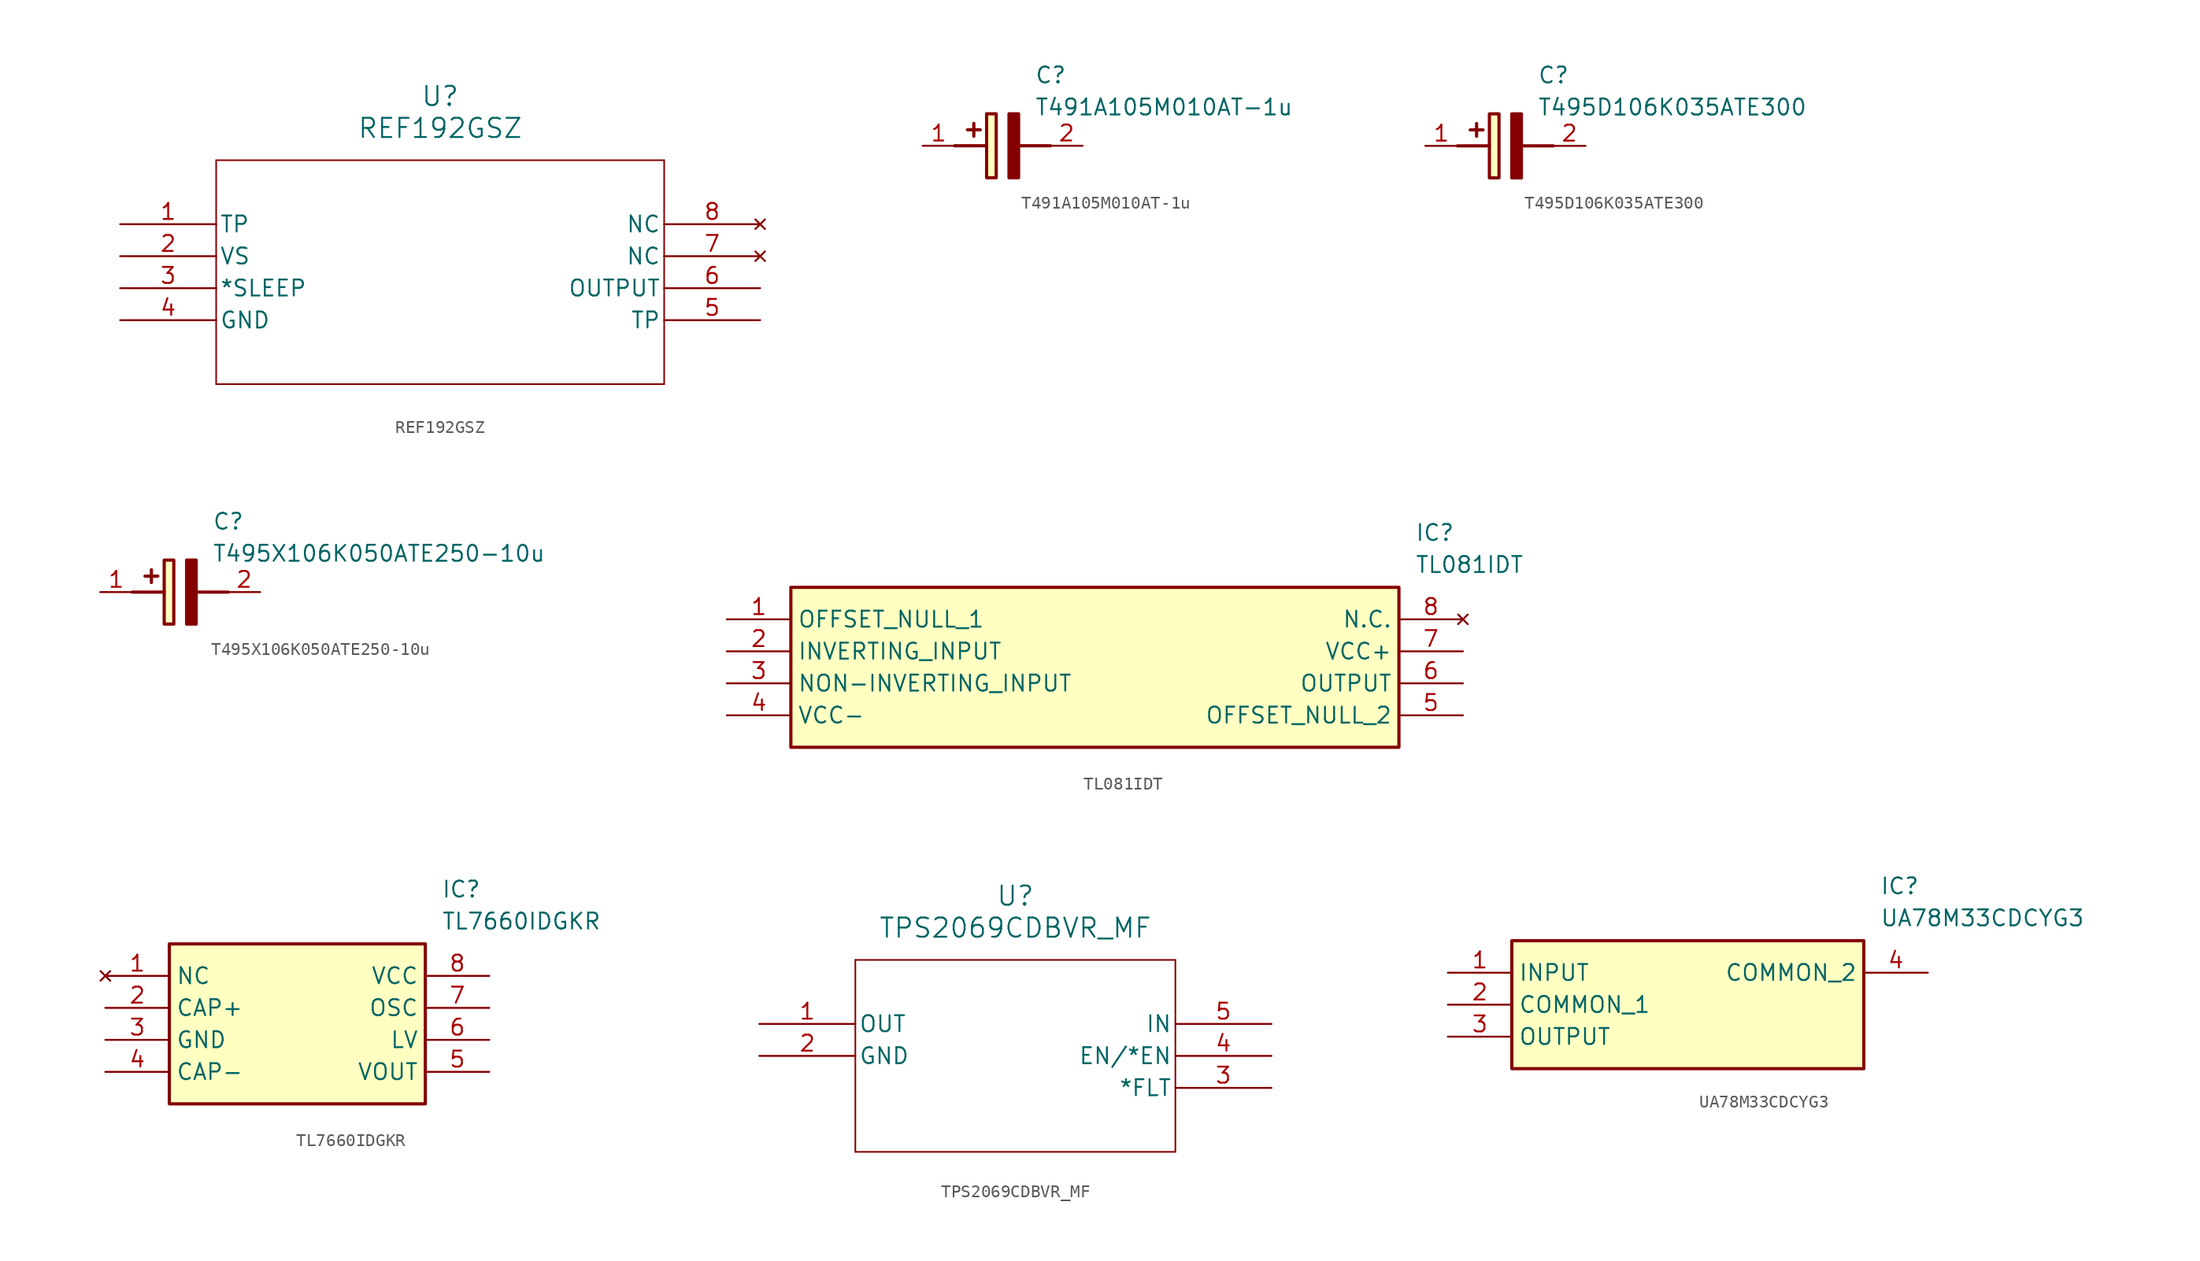
<source format=kicad_sym>
(kicad_symbol_lib
  (version 20231120)
  (generator "kicad_symbol_editor")
  (generator_version "8.0")
  (symbol "REF192GSZ"
    (pin_names
      (offset 0.254))
    (property "Reference" "U"
      (at 25.4 10.16 0)
      (effects (font (size 1.524 1.524))))
    (property "Value" "REF192GSZ"
      (at 25.4 7.62 0)
      (effects (font (size 1.524 1.524))))
    (property "ki_locked" ""
      (at 0 0 0)
      (effects (font (size 1.27 1.27))))
    (symbol "REF192GSZ_0_1"
      (polyline (pts (xy 7.62 -12.7) (xy 43.18 -12.7)) (stroke (width 0.127) (type default)) (fill (type none)))
      (polyline (pts (xy 7.62 5.08) (xy 7.62 -12.7)) (stroke (width 0.127) (type default)) (fill (type none)))
      (polyline (pts (xy 43.18 -12.7) (xy 43.18 5.08)) (stroke (width 0.127) (type default)) (fill (type none)))
      (polyline (pts (xy 43.18 5.08) (xy 7.62 5.08)) (stroke (width 0.127) (type default)) (fill (type none)))
      (pin unspecified line (at 0 0 0) (length 7.62) (name "TP" (effects (font (size 1.27 1.27)))) (number "1" (effects (font (size 1.27 1.27)))))
      (pin power_in line (at 0 -2.54 0) (length 7.62) (name "VS" (effects (font (size 1.27 1.27)))) (number "2" (effects (font (size 1.27 1.27)))))
      (pin unspecified line (at 0 -5.08 0) (length 7.62) (name "*SLEEP" (effects (font (size 1.27 1.27)))) (number "3" (effects (font (size 1.27 1.27)))))
      (pin power_in line (at 0 -7.62 0) (length 7.62) (name "GND" (effects (font (size 1.27 1.27)))) (number "4" (effects (font (size 1.27 1.27)))))
      (pin unspecified line (at 50.8 -7.62 180) (length 7.62) (name "TP" (effects (font (size 1.27 1.27)))) (number "5" (effects (font (size 1.27 1.27)))))
      (pin output line (at 50.8 -5.08 180) (length 7.62) (name "OUTPUT" (effects (font (size 1.27 1.27)))) (number "6" (effects (font (size 1.27 1.27)))))
      (pin no_connect line (at 50.8 -2.54 180) (length 7.62) (name "NC" (effects (font (size 1.27 1.27)))) (number "7" (effects (font (size 1.27 1.27)))))
      (pin no_connect line (at 50.8 0 180) (length 7.62) (name "NC" (effects (font (size 1.27 1.27)))) (number "8" (effects (font (size 1.27 1.27)))))))
  (symbol "T491A105M010AT-1u"
    (pin_names hide)
    (property "Reference" "C"
      (at 8.89 6.35 0)
      (effects (font (size 1.27 1.27)) (justify left top)))
    (property "Value" "T491A105M010AT-1u"
      (at 8.89 3.81 0)
      (effects (font (size 1.27 1.27)) (justify left top)))
    (symbol "T491A105M010AT-1u_1_1"
      (polyline (pts (xy 2.54 0) (xy 5.08 0)) (stroke (width 0.254) (type default)) (fill (type none)))
      (polyline (pts (xy 4.064 1.778) (xy 4.064 0.762)) (stroke (width 0.254) (type default)) (fill (type none)))
      (polyline (pts (xy 4.572 1.27) (xy 3.556 1.27)) (stroke (width 0.254) (type default)) (fill (type none)))
      (polyline (pts (xy 7.62 0) (xy 10.16 0)) (stroke (width 0.254) (type default)) (fill (type none)))
      (polyline (pts (xy 7.62 2.54) (xy 7.62 -2.54) (xy 6.858 -2.54) (xy 6.858 2.54) (xy 7.62 2.54)) (stroke (width 0.254) (type default)) (fill (type outline)))
      (rectangle (start 5.08 2.54) (end 5.842 -2.54) (stroke (width 0.254) (type default)) (fill (type background)))
      (pin passive line (at 0 0 0) (length 2.54) (name "+" (effects (font (size 1.27 1.27)))) (number "1" (effects (font (size 1.27 1.27)))))
      (pin passive line (at 12.7 0 180) (length 2.54) (name "-" (effects (font (size 1.27 1.27)))) (number "2" (effects (font (size 1.27 1.27)))))))
  (symbol "T495D106K035ATE300"
    (pin_names hide)
    (property "Reference" "C"
      (at 8.89 6.35 0)
      (effects (font (size 1.27 1.27)) (justify left top)))
    (property "Value" "T495D106K035ATE300"
      (at 8.89 3.81 0)
      (effects (font (size 1.27 1.27)) (justify left top)))
    (symbol "T495D106K035ATE300_1_1"
      (polyline (pts (xy 2.54 0) (xy 5.08 0)) (stroke (width 0.254) (type default)) (fill (type none)))
      (polyline (pts (xy 4.064 1.778) (xy 4.064 0.762)) (stroke (width 0.254) (type default)) (fill (type none)))
      (polyline (pts (xy 4.572 1.27) (xy 3.556 1.27)) (stroke (width 0.254) (type default)) (fill (type none)))
      (polyline (pts (xy 7.62 0) (xy 10.16 0)) (stroke (width 0.254) (type default)) (fill (type none)))
      (polyline (pts (xy 7.62 2.54) (xy 7.62 -2.54) (xy 6.858 -2.54) (xy 6.858 2.54) (xy 7.62 2.54)) (stroke (width 0.254) (type default)) (fill (type outline)))
      (rectangle (start 5.08 2.54) (end 5.842 -2.54) (stroke (width 0.254) (type default)) (fill (type background)))
      (pin passive line (at 0 0 0) (length 2.54) (name "+" (effects (font (size 1.27 1.27)))) (number "1" (effects (font (size 1.27 1.27)))))
      (pin passive line (at 12.7 0 180) (length 2.54) (name "-" (effects (font (size 1.27 1.27)))) (number "2" (effects (font (size 1.27 1.27)))))))
  (symbol "T495X106K050ATE250-10u"
    (pin_names hide)
    (property "Reference" "C"
      (at 8.89 6.35 0)
      (effects (font (size 1.27 1.27)) (justify left top)))
    (property "Value" "T495X106K050ATE250-10u"
      (at 8.89 3.81 0)
      (effects (font (size 1.27 1.27)) (justify left top)))
    (symbol "T495X106K050ATE250-10u_1_1"
      (polyline (pts (xy 2.54 0) (xy 5.08 0)) (stroke (width 0.254) (type default)) (fill (type none)))
      (polyline (pts (xy 4.064 1.778) (xy 4.064 0.762)) (stroke (width 0.254) (type default)) (fill (type none)))
      (polyline (pts (xy 4.572 1.27) (xy 3.556 1.27)) (stroke (width 0.254) (type default)) (fill (type none)))
      (polyline (pts (xy 7.62 0) (xy 10.16 0)) (stroke (width 0.254) (type default)) (fill (type none)))
      (polyline (pts (xy 7.62 2.54) (xy 7.62 -2.54) (xy 6.858 -2.54) (xy 6.858 2.54) (xy 7.62 2.54)) (stroke (width 0.254) (type default)) (fill (type outline)))
      (rectangle (start 5.08 2.54) (end 5.842 -2.54) (stroke (width 0.254) (type default)) (fill (type background)))
      (pin passive line (at 0 0 0) (length 2.54) (name "+" (effects (font (size 1.27 1.27)))) (number "1" (effects (font (size 1.27 1.27)))))
      (pin passive line (at 12.7 0 180) (length 2.54) (name "-" (effects (font (size 1.27 1.27)))) (number "2" (effects (font (size 1.27 1.27)))))))
  (symbol "TL081IDT"
    (property "Reference" "IC"
      (at 54.61 7.62 0)
      (effects (font (size 1.27 1.27)) (justify left top)))
    (property "Value" "TL081IDT"
      (at 54.61 5.08 0)
      (effects (font (size 1.27 1.27)) (justify left top)))
    (symbol "TL081IDT_1_1"
      (rectangle (start 5.08 2.54) (end 53.34 -10.16) (stroke (width 0.254) (type default)) (fill (type background)))
      (pin passive line (at 0 0 0) (length 5.08) (name "OFFSET_NULL_1" (effects (font (size 1.27 1.27)))) (number "1" (effects (font (size 1.27 1.27)))))
      (pin passive line (at 0 -2.54 0) (length 5.08) (name "INVERTING_INPUT" (effects (font (size 1.27 1.27)))) (number "2" (effects (font (size 1.27 1.27)))))
      (pin passive line (at 0 -5.08 0) (length 5.08) (name "NON-INVERTING_INPUT" (effects (font (size 1.27 1.27)))) (number "3" (effects (font (size 1.27 1.27)))))
      (pin passive line (at 0 -7.62 0) (length 5.08) (name "VCC-" (effects (font (size 1.27 1.27)))) (number "4" (effects (font (size 1.27 1.27)))))
      (pin passive line (at 58.42 -7.62 180) (length 5.08) (name "OFFSET_NULL_2" (effects (font (size 1.27 1.27)))) (number "5" (effects (font (size 1.27 1.27)))))
      (pin passive line (at 58.42 -5.08 180) (length 5.08) (name "OUTPUT" (effects (font (size 1.27 1.27)))) (number "6" (effects (font (size 1.27 1.27)))))
      (pin passive line (at 58.42 -2.54 180) (length 5.08) (name "VCC+" (effects (font (size 1.27 1.27)))) (number "7" (effects (font (size 1.27 1.27)))))
      (pin no_connect line (at 58.42 0 180) (length 5.08) (name "N.C." (effects (font (size 1.27 1.27)))) (number "8" (effects (font (size 1.27 1.27)))))))
  (symbol "TL7660IDGKR"
    (property "Reference" "IC"
      (at 26.67 7.62 0)
      (effects (font (size 1.27 1.27)) (justify left top)))
    (property "Value" "TL7660IDGKR"
      (at 26.67 5.08 0)
      (effects (font (size 1.27 1.27)) (justify left top)))
    (symbol "TL7660IDGKR_1_1"
      (rectangle (start 5.08 2.54) (end 25.4 -10.16) (stroke (width 0.254) (type default)) (fill (type background)))
      (pin no_connect line (at 0 0 0) (length 5.08) (name "NC" (effects (font (size 1.27 1.27)))) (number "1" (effects (font (size 1.27 1.27)))))
      (pin passive line (at 0 -2.54 0) (length 5.08) (name "CAP+" (effects (font (size 1.27 1.27)))) (number "2" (effects (font (size 1.27 1.27)))))
      (pin passive line (at 0 -5.08 0) (length 5.08) (name "GND" (effects (font (size 1.27 1.27)))) (number "3" (effects (font (size 1.27 1.27)))))
      (pin passive line (at 0 -7.62 0) (length 5.08) (name "CAP-" (effects (font (size 1.27 1.27)))) (number "4" (effects (font (size 1.27 1.27)))))
      (pin passive line (at 30.48 -7.62 180) (length 5.08) (name "VOUT" (effects (font (size 1.27 1.27)))) (number "5" (effects (font (size 1.27 1.27)))))
      (pin passive line (at 30.48 -5.08 180) (length 5.08) (name "LV" (effects (font (size 1.27 1.27)))) (number "6" (effects (font (size 1.27 1.27)))))
      (pin passive line (at 30.48 -2.54 180) (length 5.08) (name "OSC" (effects (font (size 1.27 1.27)))) (number "7" (effects (font (size 1.27 1.27)))))
      (pin passive line (at 30.48 0 180) (length 5.08) (name "VCC" (effects (font (size 1.27 1.27)))) (number "8" (effects (font (size 1.27 1.27)))))))
  (symbol "TPS2069CDBVR_MF"
    (pin_names
      (offset 0.254))
    (property "Reference" "U"
      (at 20.32 10.16 0)
      (effects (font (size 1.524 1.524))))
    (property "Value" "TPS2069CDBVR_MF"
      (at 20.32 7.62 0)
      (effects (font (size 1.524 1.524))))
    (property "ki_locked" ""
      (at 0 0 0)
      (effects (font (size 1.27 1.27))))
    (symbol "TPS2069CDBVR_MF_0_1"
      (polyline (pts (xy 7.62 -10.16) (xy 33.02 -10.16)) (stroke (width 0.127) (type default)) (fill (type none)))
      (polyline (pts (xy 7.62 5.08) (xy 7.62 -10.16)) (stroke (width 0.127) (type default)) (fill (type none)))
      (polyline (pts (xy 33.02 -10.16) (xy 33.02 5.08)) (stroke (width 0.127) (type default)) (fill (type none)))
      (polyline (pts (xy 33.02 5.08) (xy 7.62 5.08)) (stroke (width 0.127) (type default)) (fill (type none)))
      (pin output line (at 0 0 0) (length 7.62) (name "OUT" (effects (font (size 1.27 1.27)))) (number "1" (effects (font (size 1.27 1.27)))))
      (pin power_in line (at 0 -2.54 0) (length 7.62) (name "GND" (effects (font (size 1.27 1.27)))) (number "2" (effects (font (size 1.27 1.27)))))
      (pin output line (at 40.64 -5.08 180) (length 7.62) (name "*FLT" (effects (font (size 1.27 1.27)))) (number "3" (effects (font (size 1.27 1.27)))))
      (pin input line (at 40.64 -2.54 180) (length 7.62) (name "EN/*EN" (effects (font (size 1.27 1.27)))) (number "4" (effects (font (size 1.27 1.27)))))
      (pin input line (at 40.64 0 180) (length 7.62) (name "IN" (effects (font (size 1.27 1.27)))) (number "5" (effects (font (size 1.27 1.27)))))))
  (symbol "UA78M33CDCYG3"
    (property "Reference" "IC"
      (at 34.29 7.62 0)
      (effects (font (size 1.27 1.27)) (justify left top)))
    (property "Value" "UA78M33CDCYG3"
      (at 34.29 5.08 0)
      (effects (font (size 1.27 1.27)) (justify left top)))
    (symbol "UA78M33CDCYG3_1_1"
      (rectangle (start 5.08 2.54) (end 33.02 -7.62) (stroke (width 0.254) (type default)) (fill (type background)))
      (pin passive line (at 0 0 0) (length 5.08) (name "INPUT" (effects (font (size 1.27 1.27)))) (number "1" (effects (font (size 1.27 1.27)))))
      (pin passive line (at 0 -2.54 0) (length 5.08) (name "COMMON_1" (effects (font (size 1.27 1.27)))) (number "2" (effects (font (size 1.27 1.27)))))
      (pin passive line (at 0 -5.08 0) (length 5.08) (name "OUTPUT" (effects (font (size 1.27 1.27)))) (number "3" (effects (font (size 1.27 1.27)))))
      (pin passive line (at 38.1 0 180) (length 5.08) (name "COMMON_2" (effects (font (size 1.27 1.27)))) (number "4" (effects (font (size 1.27 1.27))))))))
</source>
